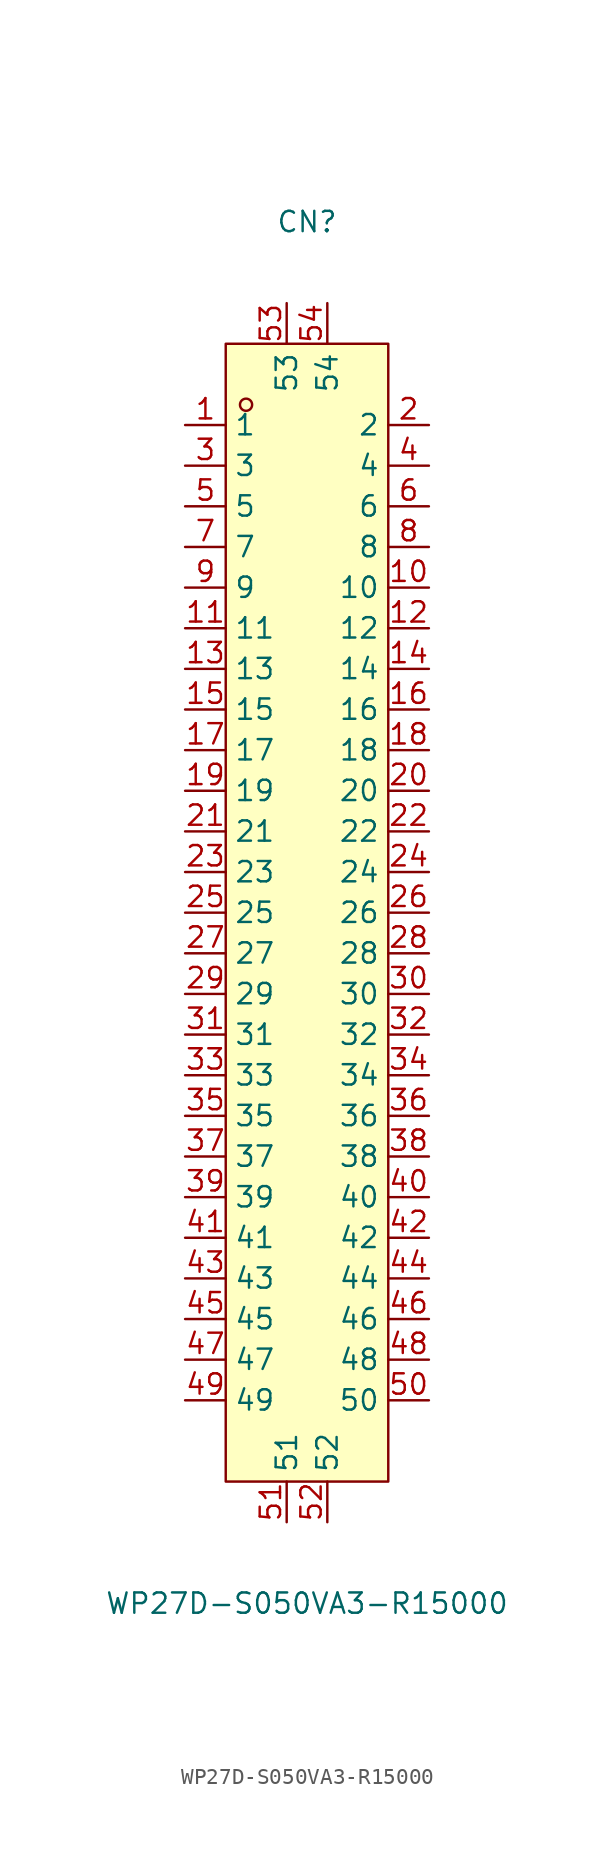
<source format=kicad_sym>
(kicad_symbol_lib
  (version 20211014)
  (generator https://github.com/uPesy/easyeda2kicad.py)
  (symbol "WP27D-S050VA3-R15000"
    (property "Reference" "CN"
      (at 0 43.18 0)
      (effects (font (size 1.27 1.27))))
    (property "Value" "WP27D-S050VA3-R15000"
      (at 0 -43.18 0)
      (effects (font (size 1.27 1.27))))
    (symbol "WP27D-S050VA3-R15000_0_1"
      (rectangle (start -5.08 35.56) (end 5.08 -35.56) (stroke (width 0) (type default) (color 0 0 0 0)) (fill (type background)))
      (circle (center -3.81 31.75) (radius 0.38) (stroke (width 0) (type default) (color 0 0 0 0)) (fill (type none)))
      (pin unspecified line (at 7.62 30.48 180) (length 2.54) (name "2" (effects (font (size 1.27 1.27)))) (number "2" (effects (font (size 1.27 1.27)))))
      (pin unspecified line (at -1.27 38.10 270) (length 2.54) (name "53" (effects (font (size 1.27 1.27)))) (number "53" (effects (font (size 1.27 1.27)))))
      (pin unspecified line (at 7.62 27.94 180) (length 2.54) (name "4" (effects (font (size 1.27 1.27)))) (number "4" (effects (font (size 1.27 1.27)))))
      (pin unspecified line (at -1.27 -38.10 90) (length 2.54) (name "51" (effects (font (size 1.27 1.27)))) (number "51" (effects (font (size 1.27 1.27)))))
      (pin unspecified line (at 7.62 25.40 180) (length 2.54) (name "6" (effects (font (size 1.27 1.27)))) (number "6" (effects (font (size 1.27 1.27)))))
      (pin unspecified line (at -7.62 -30.48 0) (length 2.54) (name "49" (effects (font (size 1.27 1.27)))) (number "49" (effects (font (size 1.27 1.27)))))
      (pin unspecified line (at 7.62 22.86 180) (length 2.54) (name "8" (effects (font (size 1.27 1.27)))) (number "8" (effects (font (size 1.27 1.27)))))
      (pin unspecified line (at -7.62 -27.94 0) (length 2.54) (name "47" (effects (font (size 1.27 1.27)))) (number "47" (effects (font (size 1.27 1.27)))))
      (pin unspecified line (at 7.62 20.32 180) (length 2.54) (name "10" (effects (font (size 1.27 1.27)))) (number "10" (effects (font (size 1.27 1.27)))))
      (pin unspecified line (at -7.62 -25.40 0) (length 2.54) (name "45" (effects (font (size 1.27 1.27)))) (number "45" (effects (font (size 1.27 1.27)))))
      (pin unspecified line (at 7.62 17.78 180) (length 2.54) (name "12" (effects (font (size 1.27 1.27)))) (number "12" (effects (font (size 1.27 1.27)))))
      (pin unspecified line (at -7.62 -22.86 0) (length 2.54) (name "43" (effects (font (size 1.27 1.27)))) (number "43" (effects (font (size 1.27 1.27)))))
      (pin unspecified line (at 7.62 15.24 180) (length 2.54) (name "14" (effects (font (size 1.27 1.27)))) (number "14" (effects (font (size 1.27 1.27)))))
      (pin unspecified line (at -7.62 -20.32 0) (length 2.54) (name "41" (effects (font (size 1.27 1.27)))) (number "41" (effects (font (size 1.27 1.27)))))
      (pin unspecified line (at 7.62 12.70 180) (length 2.54) (name "16" (effects (font (size 1.27 1.27)))) (number "16" (effects (font (size 1.27 1.27)))))
      (pin unspecified line (at -7.62 -17.78 0) (length 2.54) (name "39" (effects (font (size 1.27 1.27)))) (number "39" (effects (font (size 1.27 1.27)))))
      (pin unspecified line (at 7.62 10.16 180) (length 2.54) (name "18" (effects (font (size 1.27 1.27)))) (number "18" (effects (font (size 1.27 1.27)))))
      (pin unspecified line (at -7.62 -15.24 0) (length 2.54) (name "37" (effects (font (size 1.27 1.27)))) (number "37" (effects (font (size 1.27 1.27)))))
      (pin unspecified line (at 7.62 7.62 180) (length 2.54) (name "20" (effects (font (size 1.27 1.27)))) (number "20" (effects (font (size 1.27 1.27)))))
      (pin unspecified line (at -7.62 -12.70 0) (length 2.54) (name "35" (effects (font (size 1.27 1.27)))) (number "35" (effects (font (size 1.27 1.27)))))
      (pin unspecified line (at 7.62 5.08 180) (length 2.54) (name "22" (effects (font (size 1.27 1.27)))) (number "22" (effects (font (size 1.27 1.27)))))
      (pin unspecified line (at -7.62 -10.16 0) (length 2.54) (name "33" (effects (font (size 1.27 1.27)))) (number "33" (effects (font (size 1.27 1.27)))))
      (pin unspecified line (at 7.62 2.54 180) (length 2.54) (name "24" (effects (font (size 1.27 1.27)))) (number "24" (effects (font (size 1.27 1.27)))))
      (pin unspecified line (at -7.62 -7.62 0) (length 2.54) (name "31" (effects (font (size 1.27 1.27)))) (number "31" (effects (font (size 1.27 1.27)))))
      (pin unspecified line (at 7.62 -0.00 180) (length 2.54) (name "26" (effects (font (size 1.27 1.27)))) (number "26" (effects (font (size 1.27 1.27)))))
      (pin unspecified line (at -7.62 -5.08 0) (length 2.54) (name "29" (effects (font (size 1.27 1.27)))) (number "29" (effects (font (size 1.27 1.27)))))
      (pin unspecified line (at 7.62 -2.54 180) (length 2.54) (name "28" (effects (font (size 1.27 1.27)))) (number "28" (effects (font (size 1.27 1.27)))))
      (pin unspecified line (at -7.62 -2.54 0) (length 2.54) (name "27" (effects (font (size 1.27 1.27)))) (number "27" (effects (font (size 1.27 1.27)))))
      (pin unspecified line (at 7.62 -5.08 180) (length 2.54) (name "30" (effects (font (size 1.27 1.27)))) (number "30" (effects (font (size 1.27 1.27)))))
      (pin unspecified line (at -7.62 -0.00 0) (length 2.54) (name "25" (effects (font (size 1.27 1.27)))) (number "25" (effects (font (size 1.27 1.27)))))
      (pin unspecified line (at 7.62 -7.62 180) (length 2.54) (name "32" (effects (font (size 1.27 1.27)))) (number "32" (effects (font (size 1.27 1.27)))))
      (pin unspecified line (at -7.62 2.54 0) (length 2.54) (name "23" (effects (font (size 1.27 1.27)))) (number "23" (effects (font (size 1.27 1.27)))))
      (pin unspecified line (at 7.62 -10.16 180) (length 2.54) (name "34" (effects (font (size 1.27 1.27)))) (number "34" (effects (font (size 1.27 1.27)))))
      (pin unspecified line (at -7.62 5.08 0) (length 2.54) (name "21" (effects (font (size 1.27 1.27)))) (number "21" (effects (font (size 1.27 1.27)))))
      (pin unspecified line (at 7.62 -12.70 180) (length 2.54) (name "36" (effects (font (size 1.27 1.27)))) (number "36" (effects (font (size 1.27 1.27)))))
      (pin unspecified line (at -7.62 7.62 0) (length 2.54) (name "19" (effects (font (size 1.27 1.27)))) (number "19" (effects (font (size 1.27 1.27)))))
      (pin unspecified line (at 7.62 -15.24 180) (length 2.54) (name "38" (effects (font (size 1.27 1.27)))) (number "38" (effects (font (size 1.27 1.27)))))
      (pin unspecified line (at -7.62 10.16 0) (length 2.54) (name "17" (effects (font (size 1.27 1.27)))) (number "17" (effects (font (size 1.27 1.27)))))
      (pin unspecified line (at 7.62 -17.78 180) (length 2.54) (name "40" (effects (font (size 1.27 1.27)))) (number "40" (effects (font (size 1.27 1.27)))))
      (pin unspecified line (at -7.62 12.70 0) (length 2.54) (name "15" (effects (font (size 1.27 1.27)))) (number "15" (effects (font (size 1.27 1.27)))))
      (pin unspecified line (at 7.62 -20.32 180) (length 2.54) (name "42" (effects (font (size 1.27 1.27)))) (number "42" (effects (font (size 1.27 1.27)))))
      (pin unspecified line (at -7.62 15.24 0) (length 2.54) (name "13" (effects (font (size 1.27 1.27)))) (number "13" (effects (font (size 1.27 1.27)))))
      (pin unspecified line (at 7.62 -22.86 180) (length 2.54) (name "44" (effects (font (size 1.27 1.27)))) (number "44" (effects (font (size 1.27 1.27)))))
      (pin unspecified line (at -7.62 17.78 0) (length 2.54) (name "11" (effects (font (size 1.27 1.27)))) (number "11" (effects (font (size 1.27 1.27)))))
      (pin unspecified line (at 7.62 -25.40 180) (length 2.54) (name "46" (effects (font (size 1.27 1.27)))) (number "46" (effects (font (size 1.27 1.27)))))
      (pin unspecified line (at -7.62 20.32 0) (length 2.54) (name "9" (effects (font (size 1.27 1.27)))) (number "9" (effects (font (size 1.27 1.27)))))
      (pin unspecified line (at 7.62 -27.94 180) (length 2.54) (name "48" (effects (font (size 1.27 1.27)))) (number "48" (effects (font (size 1.27 1.27)))))
      (pin unspecified line (at -7.62 22.86 0) (length 2.54) (name "7" (effects (font (size 1.27 1.27)))) (number "7" (effects (font (size 1.27 1.27)))))
      (pin unspecified line (at 7.62 -30.48 180) (length 2.54) (name "50" (effects (font (size 1.27 1.27)))) (number "50" (effects (font (size 1.27 1.27)))))
      (pin unspecified line (at -7.62 25.40 0) (length 2.54) (name "5" (effects (font (size 1.27 1.27)))) (number "5" (effects (font (size 1.27 1.27)))))
      (pin unspecified line (at 1.27 -38.10 90) (length 2.54) (name "52" (effects (font (size 1.27 1.27)))) (number "52" (effects (font (size 1.27 1.27)))))
      (pin unspecified line (at -7.62 27.94 0) (length 2.54) (name "3" (effects (font (size 1.27 1.27)))) (number "3" (effects (font (size 1.27 1.27)))))
      (pin unspecified line (at 1.27 38.10 270) (length 2.54) (name "54" (effects (font (size 1.27 1.27)))) (number "54" (effects (font (size 1.27 1.27)))))
      (pin unspecified line (at -7.62 30.48 0) (length 2.54) (name "1" (effects (font (size 1.27 1.27)))) (number "1" (effects (font (size 1.27 1.27))))))))
</source>
